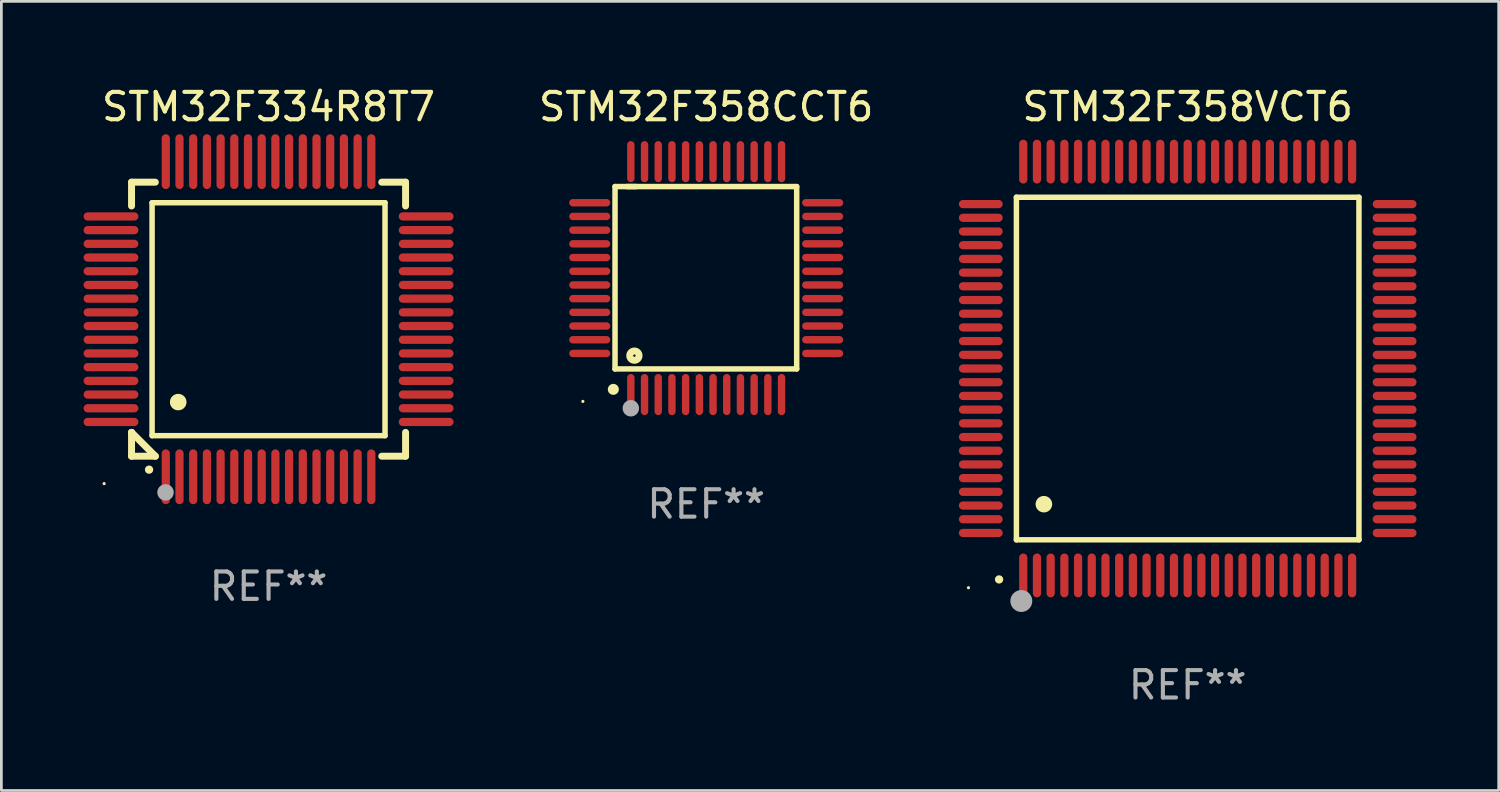
<source format=kicad_pcb>
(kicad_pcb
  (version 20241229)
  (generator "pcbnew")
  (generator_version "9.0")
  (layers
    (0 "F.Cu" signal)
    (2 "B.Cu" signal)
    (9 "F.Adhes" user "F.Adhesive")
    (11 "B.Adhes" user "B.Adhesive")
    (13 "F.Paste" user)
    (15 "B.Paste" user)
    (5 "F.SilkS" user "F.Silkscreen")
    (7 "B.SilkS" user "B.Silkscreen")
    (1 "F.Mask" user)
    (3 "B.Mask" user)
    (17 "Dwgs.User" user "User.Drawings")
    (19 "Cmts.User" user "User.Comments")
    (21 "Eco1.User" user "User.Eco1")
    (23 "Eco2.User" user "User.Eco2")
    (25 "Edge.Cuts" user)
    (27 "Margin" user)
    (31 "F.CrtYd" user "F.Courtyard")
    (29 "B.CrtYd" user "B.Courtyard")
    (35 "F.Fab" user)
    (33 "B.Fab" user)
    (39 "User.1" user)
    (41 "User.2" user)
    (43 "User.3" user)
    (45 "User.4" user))
  (footprint "STM32F334R8T7"
    (layer "F.Cu")
    (at 6.75 8.598)
    (property "Reference" "STM32F334R8T7" (at 0 -7.75 0) (layer "F.SilkS") (effects (font (size 1 1) (thickness 0.15))))
    (attr through_hole)
    (fp_line (start -5 -5) (end -4.131 -5) (stroke (width 0.254) (type solid)) (layer "F.SilkS"))
    (fp_line (start -5 -4.131) (end -5 -5) (stroke (width 0.254) (type solid)) (layer "F.SilkS"))
    (fp_line (start -5 4.131) (end -5 4.131) (stroke (width 0.254) (type solid)) (layer "F.SilkS"))
    (fp_line (start -5 5) (end -5 4.131) (stroke (width 0.254) (type solid)) (layer "F.SilkS"))
    (fp_line (start -5 4.131) (end -4.131 5) (stroke (width 0.254) (type solid)) (layer "F.SilkS"))
    (fp_line (start -4.25 -4.25) (end -4.25 4.25) (stroke (width 0.2) (type solid)) (layer "F.SilkS"))
    (fp_line (start -4.25 4.25) (end 4.25 4.25) (stroke (width 0.2) (type solid)) (layer "F.SilkS"))
    (fp_line (start -4.131 5) (end -5 5) (stroke (width 0.254) (type solid)) (layer "F.SilkS"))
    (fp_line (start 4.25 -4.25) (end -4.25 -4.25) (stroke (width 0.2) (type solid)) (layer "F.SilkS"))
    (fp_line (start 4.25 4.25) (end 4.25 -4.25) (stroke (width 0.2) (type solid)) (layer "F.SilkS"))
    (fp_line (start 5 -5) (end 4.131 -5) (stroke (width 0.254) (type solid)) (layer "F.SilkS"))
    (fp_line (start 5 -5) (end 5 -4.131) (stroke (width 0.254) (type solid)) (layer "F.SilkS"))
    (fp_line (start 5 4.131) (end 5 5) (stroke (width 0.254) (type solid)) (layer "F.SilkS"))
    (fp_line (start 5 5) (end 4.131 5) (stroke (width 0.254) (type solid)) (layer "F.SilkS"))
    (fp_arc (start -4.361265 5.489992) (mid -4.359995 5.489987) (end -4.358725 5.489992) (stroke (width 0.3) (type solid)) (layer "F.SilkS"))
    (fp_arc (start -3.299467 3.025146) (mid -3.296927 3.025135) (end -3.294387 3.025146) (stroke (width 0.6) (type solid)) (layer "F.SilkS"))
    (fp_circle (center -6 6) (end -5.97 6) (stroke (width 0.06) (type solid)) (fill no) (layer "F.SilkS"))
    (fp_circle (center -3.76 6.32) (end -3.61 6.32) (stroke (width 0.3) (type solid)) (fill no) (layer "F.Fab"))
    (fp_text user "REF**" (at 0 9.75 0) (layer "F.Fab") (effects (font (size 1 1) (thickness 0.15))))
    (pad "1" smd oval (at -3.75 5.75) (size 0.3 2) (layers "F.Cu" "F.Mask" "F.Paste"))
    (pad "2" smd oval (at -3.25 5.75) (size 0.3 2) (layers "F.Cu" "F.Mask" "F.Paste"))
    (pad "3" smd oval (at -2.75 5.75) (size 0.3 2) (layers "F.Cu" "F.Mask" "F.Paste"))
    (pad "4" smd oval (at -2.25 5.75) (size 0.3 2) (layers "F.Cu" "F.Mask" "F.Paste"))
    (pad "5" smd oval (at -1.75 5.75) (size 0.3 2) (layers "F.Cu" "F.Mask" "F.Paste"))
    (pad "6" smd oval (at -1.25 5.75) (size 0.3 2) (layers "F.Cu" "F.Mask" "F.Paste"))
    (pad "7" smd oval (at -0.75 5.75) (size 0.3 2) (layers "F.Cu" "F.Mask" "F.Paste"))
    (pad "8" smd oval (at -0.25 5.75) (size 0.3 2) (layers "F.Cu" "F.Mask" "F.Paste"))
    (pad "9" smd oval (at 0.25 5.75) (size 0.3 2) (layers "F.Cu" "F.Mask" "F.Paste"))
    (pad "10" smd oval (at 0.75 5.75) (size 0.3 2) (layers "F.Cu" "F.Mask" "F.Paste"))
    (pad "11" smd oval (at 1.25 5.75) (size 0.3 2) (layers "F.Cu" "F.Mask" "F.Paste"))
    (pad "12" smd oval (at 1.75 5.75) (size 0.3 2) (layers "F.Cu" "F.Mask" "F.Paste"))
    (pad "13" smd oval (at 2.25 5.75) (size 0.3 2) (layers "F.Cu" "F.Mask" "F.Paste"))
    (pad "14" smd oval (at 2.75 5.75) (size 0.3 2) (layers "F.Cu" "F.Mask" "F.Paste"))
    (pad "15" smd oval (at 3.25 5.75) (size 0.3 2) (layers "F.Cu" "F.Mask" "F.Paste"))
    (pad "16" smd oval (at 3.75 5.75) (size 0.3 2) (layers "F.Cu" "F.Mask" "F.Paste"))
    (pad "17" smd oval (at 5.75 3.75) (size 2 0.3) (layers "F.Cu" "F.Mask" "F.Paste"))
    (pad "18" smd oval (at 5.75 3.25) (size 2 0.3) (layers "F.Cu" "F.Mask" "F.Paste"))
    (pad "19" smd oval (at 5.75 2.75) (size 2 0.3) (layers "F.Cu" "F.Mask" "F.Paste"))
    (pad "20" smd oval (at 5.75 2.25) (size 2 0.3) (layers "F.Cu" "F.Mask" "F.Paste"))
    (pad "21" smd oval (at 5.75 1.75) (size 2 0.3) (layers "F.Cu" "F.Mask" "F.Paste"))
    (pad "22" smd oval (at 5.75 1.25) (size 2 0.3) (layers "F.Cu" "F.Mask" "F.Paste"))
    (pad "23" smd oval (at 5.75 0.75) (size 2 0.3) (layers "F.Cu" "F.Mask" "F.Paste"))
    (pad "24" smd oval (at 5.75 0.25) (size 2 0.3) (layers "F.Cu" "F.Mask" "F.Paste"))
    (pad "25" smd oval (at 5.75 -0.25) (size 2 0.3) (layers "F.Cu" "F.Mask" "F.Paste"))
    (pad "26" smd oval (at 5.75 -0.75) (size 2 0.3) (layers "F.Cu" "F.Mask" "F.Paste"))
    (pad "27" smd oval (at 5.75 -1.25) (size 2 0.3) (layers "F.Cu" "F.Mask" "F.Paste"))
    (pad "28" smd oval (at 5.75 -1.75) (size 2 0.3) (layers "F.Cu" "F.Mask" "F.Paste"))
    (pad "29" smd oval (at 5.75 -2.25) (size 2 0.3) (layers "F.Cu" "F.Mask" "F.Paste"))
    (pad "30" smd oval (at 5.75 -2.75) (size 2 0.3) (layers "F.Cu" "F.Mask" "F.Paste"))
    (pad "31" smd oval (at 5.75 -3.25) (size 2 0.3) (layers "F.Cu" "F.Mask" "F.Paste"))
    (pad "32" smd oval (at 5.75 -3.75) (size 2 0.3) (layers "F.Cu" "F.Mask" "F.Paste"))
    (pad "33" smd oval (at 3.75 -5.75) (size 0.3 2) (layers "F.Cu" "F.Mask" "F.Paste"))
    (pad "34" smd oval (at 3.25 -5.75) (size 0.3 2) (layers "F.Cu" "F.Mask" "F.Paste"))
    (pad "35" smd oval (at 2.75 -5.75) (size 0.3 2) (layers "F.Cu" "F.Mask" "F.Paste"))
    (pad "36" smd oval (at 2.25 -5.75) (size 0.3 2) (layers "F.Cu" "F.Mask" "F.Paste"))
    (pad "37" smd oval (at 1.75 -5.75) (size 0.3 2) (layers "F.Cu" "F.Mask" "F.Paste"))
    (pad "38" smd oval (at 1.25 -5.75) (size 0.3 2) (layers "F.Cu" "F.Mask" "F.Paste"))
    (pad "39" smd oval (at 0.75 -5.75) (size 0.3 2) (layers "F.Cu" "F.Mask" "F.Paste"))
    (pad "40" smd oval (at 0.25 -5.75) (size 0.3 2) (layers "F.Cu" "F.Mask" "F.Paste"))
    (pad "41" smd oval (at -0.25 -5.75) (size 0.3 2) (layers "F.Cu" "F.Mask" "F.Paste"))
    (pad "42" smd oval (at -0.75 -5.75) (size 0.3 2) (layers "F.Cu" "F.Mask" "F.Paste"))
    (pad "43" smd oval (at -1.25 -5.75) (size 0.3 2) (layers "F.Cu" "F.Mask" "F.Paste"))
    (pad "44" smd oval (at -1.75 -5.75) (size 0.3 2) (layers "F.Cu" "F.Mask" "F.Paste"))
    (pad "45" smd oval (at -2.25 -5.75) (size 0.3 2) (layers "F.Cu" "F.Mask" "F.Paste"))
    (pad "46" smd oval (at -2.75 -5.75) (size 0.3 2) (layers "F.Cu" "F.Mask" "F.Paste"))
    (pad "47" smd oval (at -3.25 -5.75) (size 0.3 2) (layers "F.Cu" "F.Mask" "F.Paste"))
    (pad "48" smd oval (at -3.75 -5.75) (size 0.3 2) (layers "F.Cu" "F.Mask" "F.Paste"))
    (pad "49" smd oval (at -5.75 -3.75) (size 2 0.3) (layers "F.Cu" "F.Mask" "F.Paste"))
    (pad "50" smd oval (at -5.75 -3.25) (size 2 0.3) (layers "F.Cu" "F.Mask" "F.Paste"))
    (pad "51" smd oval (at -5.75 -2.75) (size 2 0.3) (layers "F.Cu" "F.Mask" "F.Paste"))
    (pad "52" smd oval (at -5.75 -2.25) (size 2 0.3) (layers "F.Cu" "F.Mask" "F.Paste"))
    (pad "53" smd oval (at -5.75 -1.75) (size 2 0.3) (layers "F.Cu" "F.Mask" "F.Paste"))
    (pad "54" smd oval (at -5.75 -1.25) (size 2 0.3) (layers "F.Cu" "F.Mask" "F.Paste"))
    (pad "55" smd oval (at -5.75 -0.75) (size 2 0.3) (layers "F.Cu" "F.Mask" "F.Paste"))
    (pad "56" smd oval (at -5.75 -0.25) (size 2 0.3) (layers "F.Cu" "F.Mask" "F.Paste"))
    (pad "57" smd oval (at -5.75 0.25) (size 2 0.3) (layers "F.Cu" "F.Mask" "F.Paste"))
    (pad "58" smd oval (at -5.75 0.75) (size 2 0.3) (layers "F.Cu" "F.Mask" "F.Paste"))
    (pad "59" smd oval (at -5.75 1.25) (size 2 0.3) (layers "F.Cu" "F.Mask" "F.Paste"))
    (pad "60" smd oval (at -5.75 1.75) (size 2 0.3) (layers "F.Cu" "F.Mask" "F.Paste"))
    (pad "61" smd oval (at -5.75 2.25) (size 2 0.3) (layers "F.Cu" "F.Mask" "F.Paste"))
    (pad "62" smd oval (at -5.75 2.75) (size 2 0.3) (layers "F.Cu" "F.Mask" "F.Paste"))
    (pad "63" smd oval (at -5.75 3.25) (size 2 0.3) (layers "F.Cu" "F.Mask" "F.Paste"))
    (pad "64" smd oval (at -5.75 3.75) (size 2 0.3) (layers "F.Cu" "F.Mask" "F.Paste")))
  (footprint "STM32F358VCT6"
    (layer "F.Cu")
    (at 40.29 10.398)
    (property "Reference" "STM32F358VCT6" (at 0 -9.55 0) (layer "F.SilkS") (effects (font (size 1 1) (thickness 0.15))))
    (attr through_hole)
    (fp_line (start -6.25 -6.25) (end -6.25 6.25) (stroke (width 0.2) (type solid)) (layer "F.SilkS"))
    (fp_line (start -6.25 6.25) (end 6.25 6.25) (stroke (width 0.2) (type solid)) (layer "F.SilkS"))
    (fp_line (start 6.25 -6.25) (end -6.25 -6.25) (stroke (width 0.2) (type solid)) (layer "F.SilkS"))
    (fp_line (start 6.25 6.25) (end 6.25 -6.25) (stroke (width 0.2) (type solid)) (layer "F.SilkS"))
    (fp_arc (start -6.883414 7.696215) (mid -6.882144 7.69621) (end -6.880874 7.696215) (stroke (width 0.3) (type solid)) (layer "F.SilkS"))
    (fp_arc (start -5.250191 4.95047) (mid -5.247651 4.950459) (end -5.245111 4.95047) (stroke (width 0.6) (type solid)) (layer "F.SilkS"))
    (fp_circle (center -8 8) (end -7.97 8) (stroke (width 0.06) (type solid)) (fill no) (layer "F.SilkS"))
    (fp_circle (center -6.071 8.484) (end -5.871 8.484) (stroke (width 0.4) (type solid)) (fill no) (layer "F.Fab"))
    (fp_text user "REF**" (at 0 11.55 0) (layer "F.Fab") (effects (font (size 1 1) (thickness 0.15))))
    (pad "1" smd oval (at -6 7.55) (size 0.3 1.6) (layers "F.Cu" "F.Mask" "F.Paste"))
    (pad "2" smd oval (at -5.5 7.55) (size 0.3 1.6) (layers "F.Cu" "F.Mask" "F.Paste"))
    (pad "3" smd oval (at -5 7.55) (size 0.3 1.6) (layers "F.Cu" "F.Mask" "F.Paste"))
    (pad "4" smd oval (at -4.5 7.55) (size 0.3 1.6) (layers "F.Cu" "F.Mask" "F.Paste"))
    (pad "5" smd oval (at -4 7.55) (size 0.3 1.6) (layers "F.Cu" "F.Mask" "F.Paste"))
    (pad "6" smd oval (at -3.5 7.55) (size 0.3 1.6) (layers "F.Cu" "F.Mask" "F.Paste"))
    (pad "7" smd oval (at -3 7.55) (size 0.3 1.6) (layers "F.Cu" "F.Mask" "F.Paste"))
    (pad "8" smd oval (at -2.5 7.55) (size 0.3 1.6) (layers "F.Cu" "F.Mask" "F.Paste"))
    (pad "9" smd oval (at -2 7.55) (size 0.3 1.6) (layers "F.Cu" "F.Mask" "F.Paste"))
    (pad "10" smd oval (at -1.5 7.55) (size 0.3 1.6) (layers "F.Cu" "F.Mask" "F.Paste"))
    (pad "11" smd oval (at -1 7.55) (size 0.3 1.6) (layers "F.Cu" "F.Mask" "F.Paste"))
    (pad "12" smd oval (at -0.5 7.55) (size 0.3 1.6) (layers "F.Cu" "F.Mask" "F.Paste"))
    (pad "13" smd oval (at 0 7.55) (size 0.3 1.6) (layers "F.Cu" "F.Mask" "F.Paste"))
    (pad "14" smd oval (at 0.5 7.55) (size 0.3 1.6) (layers "F.Cu" "F.Mask" "F.Paste"))
    (pad "15" smd oval (at 1 7.55) (size 0.3 1.6) (layers "F.Cu" "F.Mask" "F.Paste"))
    (pad "16" smd oval (at 1.5 7.55) (size 0.3 1.6) (layers "F.Cu" "F.Mask" "F.Paste"))
    (pad "17" smd oval (at 2 7.55) (size 0.3 1.6) (layers "F.Cu" "F.Mask" "F.Paste"))
    (pad "18" smd oval (at 2.5 7.55) (size 0.3 1.6) (layers "F.Cu" "F.Mask" "F.Paste"))
    (pad "19" smd oval (at 3 7.55) (size 0.3 1.6) (layers "F.Cu" "F.Mask" "F.Paste"))
    (pad "20" smd oval (at 3.5 7.55) (size 0.3 1.6) (layers "F.Cu" "F.Mask" "F.Paste"))
    (pad "21" smd oval (at 4 7.55) (size 0.3 1.6) (layers "F.Cu" "F.Mask" "F.Paste"))
    (pad "22" smd oval (at 4.5 7.55) (size 0.3 1.6) (layers "F.Cu" "F.Mask" "F.Paste"))
    (pad "23" smd oval (at 5 7.55) (size 0.3 1.6) (layers "F.Cu" "F.Mask" "F.Paste"))
    (pad "24" smd oval (at 5.5 7.55) (size 0.3 1.6) (layers "F.Cu" "F.Mask" "F.Paste"))
    (pad "25" smd oval (at 6 7.55) (size 0.3 1.6) (layers "F.Cu" "F.Mask" "F.Paste"))
    (pad "26" smd oval (at 7.55 6) (size 1.6 0.3) (layers "F.Cu" "F.Mask" "F.Paste"))
    (pad "27" smd oval (at 7.55 5.5) (size 1.6 0.3) (layers "F.Cu" "F.Mask" "F.Paste"))
    (pad "28" smd oval (at 7.55 5) (size 1.6 0.3) (layers "F.Cu" "F.Mask" "F.Paste"))
    (pad "29" smd oval (at 7.55 4.5) (size 1.6 0.3) (layers "F.Cu" "F.Mask" "F.Paste"))
    (pad "30" smd oval (at 7.55 4) (size 1.6 0.3) (layers "F.Cu" "F.Mask" "F.Paste"))
    (pad "31" smd oval (at 7.55 3.5) (size 1.6 0.3) (layers "F.Cu" "F.Mask" "F.Paste"))
    (pad "32" smd oval (at 7.55 3) (size 1.6 0.3) (layers "F.Cu" "F.Mask" "F.Paste"))
    (pad "33" smd oval (at 7.55 2.5) (size 1.6 0.3) (layers "F.Cu" "F.Mask" "F.Paste"))
    (pad "34" smd oval (at 7.55 2) (size 1.6 0.3) (layers "F.Cu" "F.Mask" "F.Paste"))
    (pad "35" smd oval (at 7.55 1.5) (size 1.6 0.3) (layers "F.Cu" "F.Mask" "F.Paste"))
    (pad "36" smd oval (at 7.55 1) (size 1.6 0.3) (layers "F.Cu" "F.Mask" "F.Paste"))
    (pad "37" smd oval (at 7.55 0.5) (size 1.6 0.3) (layers "F.Cu" "F.Mask" "F.Paste"))
    (pad "38" smd oval (at 7.55 0) (size 1.6 0.3) (layers "F.Cu" "F.Mask" "F.Paste"))
    (pad "39" smd oval (at 7.55 -0.5) (size 1.6 0.3) (layers "F.Cu" "F.Mask" "F.Paste"))
    (pad "40" smd oval (at 7.55 -1) (size 1.6 0.3) (layers "F.Cu" "F.Mask" "F.Paste"))
    (pad "41" smd oval (at 7.55 -1.5) (size 1.6 0.3) (layers "F.Cu" "F.Mask" "F.Paste"))
    (pad "42" smd oval (at 7.55 -2) (size 1.6 0.3) (layers "F.Cu" "F.Mask" "F.Paste"))
    (pad "43" smd oval (at 7.55 -2.5) (size 1.6 0.3) (layers "F.Cu" "F.Mask" "F.Paste"))
    (pad "44" smd oval (at 7.55 -3) (size 1.6 0.3) (layers "F.Cu" "F.Mask" "F.Paste"))
    (pad "45" smd oval (at 7.55 -3.5) (size 1.6 0.3) (layers "F.Cu" "F.Mask" "F.Paste"))
    (pad "46" smd oval (at 7.55 -4) (size 1.6 0.3) (layers "F.Cu" "F.Mask" "F.Paste"))
    (pad "47" smd oval (at 7.55 -4.5) (size 1.6 0.3) (layers "F.Cu" "F.Mask" "F.Paste"))
    (pad "48" smd oval (at 7.55 -5) (size 1.6 0.3) (layers "F.Cu" "F.Mask" "F.Paste"))
    (pad "49" smd oval (at 7.55 -5.5) (size 1.6 0.3) (layers "F.Cu" "F.Mask" "F.Paste"))
    (pad "50" smd oval (at 7.55 -6) (size 1.6 0.3) (layers "F.Cu" "F.Mask" "F.Paste"))
    (pad "51" smd oval (at 6 -7.55) (size 0.3 1.6) (layers "F.Cu" "F.Mask" "F.Paste"))
    (pad "52" smd oval (at 5.5 -7.55) (size 0.3 1.6) (layers "F.Cu" "F.Mask" "F.Paste"))
    (pad "53" smd oval (at 5 -7.55) (size 0.3 1.6) (layers "F.Cu" "F.Mask" "F.Paste"))
    (pad "54" smd oval (at 4.5 -7.55) (size 0.3 1.6) (layers "F.Cu" "F.Mask" "F.Paste"))
    (pad "55" smd oval (at 4 -7.55) (size 0.3 1.6) (layers "F.Cu" "F.Mask" "F.Paste"))
    (pad "56" smd oval (at 3.5 -7.55) (size 0.3 1.6) (layers "F.Cu" "F.Mask" "F.Paste"))
    (pad "57" smd oval (at 3 -7.55) (size 0.3 1.6) (layers "F.Cu" "F.Mask" "F.Paste"))
    (pad "58" smd oval (at 2.5 -7.55) (size 0.3 1.6) (layers "F.Cu" "F.Mask" "F.Paste"))
    (pad "59" smd oval (at 2 -7.55) (size 0.3 1.6) (layers "F.Cu" "F.Mask" "F.Paste"))
    (pad "60" smd oval (at 1.5 -7.55) (size 0.3 1.6) (layers "F.Cu" "F.Mask" "F.Paste"))
    (pad "61" smd oval (at 1 -7.55) (size 0.3 1.6) (layers "F.Cu" "F.Mask" "F.Paste"))
    (pad "62" smd oval (at 0.5 -7.55) (size 0.3 1.6) (layers "F.Cu" "F.Mask" "F.Paste"))
    (pad "63" smd oval (at 0 -7.55) (size 0.3 1.6) (layers "F.Cu" "F.Mask" "F.Paste"))
    (pad "64" smd oval (at -0.5 -7.55) (size 0.3 1.6) (layers "F.Cu" "F.Mask" "F.Paste"))
    (pad "65" smd oval (at -1 -7.55) (size 0.3 1.6) (layers "F.Cu" "F.Mask" "F.Paste"))
    (pad "66" smd oval (at -1.5 -7.55) (size 0.3 1.6) (layers "F.Cu" "F.Mask" "F.Paste"))
    (pad "67" smd oval (at -2 -7.55) (size 0.3 1.6) (layers "F.Cu" "F.Mask" "F.Paste"))
    (pad "68" smd oval (at -2.5 -7.55) (size 0.3 1.6) (layers "F.Cu" "F.Mask" "F.Paste"))
    (pad "69" smd oval (at -3 -7.55) (size 0.3 1.6) (layers "F.Cu" "F.Mask" "F.Paste"))
    (pad "70" smd oval (at -3.5 -7.55) (size 0.3 1.6) (layers "F.Cu" "F.Mask" "F.Paste"))
    (pad "71" smd oval (at -4 -7.55) (size 0.3 1.6) (layers "F.Cu" "F.Mask" "F.Paste"))
    (pad "72" smd oval (at -4.5 -7.55) (size 0.3 1.6) (layers "F.Cu" "F.Mask" "F.Paste"))
    (pad "73" smd oval (at -5 -7.55) (size 0.3 1.6) (layers "F.Cu" "F.Mask" "F.Paste"))
    (pad "74" smd oval (at -5.5 -7.55) (size 0.3 1.6) (layers "F.Cu" "F.Mask" "F.Paste"))
    (pad "75" smd oval (at -6 -7.55) (size 0.3 1.6) (layers "F.Cu" "F.Mask" "F.Paste"))
    (pad "76" smd oval (at -7.55 -6) (size 1.6 0.3) (layers "F.Cu" "F.Mask" "F.Paste"))
    (pad "77" smd oval (at -7.55 -5.5) (size 1.6 0.3) (layers "F.Cu" "F.Mask" "F.Paste"))
    (pad "78" smd oval (at -7.55 -5) (size 1.6 0.3) (layers "F.Cu" "F.Mask" "F.Paste"))
    (pad "79" smd oval (at -7.55 -4.5) (size 1.6 0.3) (layers "F.Cu" "F.Mask" "F.Paste"))
    (pad "80" smd oval (at -7.55 -4) (size 1.6 0.3) (layers "F.Cu" "F.Mask" "F.Paste"))
    (pad "81" smd oval (at -7.55 -3.5) (size 1.6 0.3) (layers "F.Cu" "F.Mask" "F.Paste"))
    (pad "82" smd oval (at -7.55 -3) (size 1.6 0.3) (layers "F.Cu" "F.Mask" "F.Paste"))
    (pad "83" smd oval (at -7.55 -2.5) (size 1.6 0.3) (layers "F.Cu" "F.Mask" "F.Paste"))
    (pad "84" smd oval (at -7.55 -2) (size 1.6 0.3) (layers "F.Cu" "F.Mask" "F.Paste"))
    (pad "85" smd oval (at -7.55 -1.5) (size 1.6 0.3) (layers "F.Cu" "F.Mask" "F.Paste"))
    (pad "86" smd oval (at -7.55 -1) (size 1.6 0.3) (layers "F.Cu" "F.Mask" "F.Paste"))
    (pad "87" smd oval (at -7.55 -0.5) (size 1.6 0.3) (layers "F.Cu" "F.Mask" "F.Paste"))
    (pad "88" smd oval (at -7.55 0) (size 1.6 0.3) (layers "F.Cu" "F.Mask" "F.Paste"))
    (pad "89" smd oval (at -7.55 0.5) (size 1.6 0.3) (layers "F.Cu" "F.Mask" "F.Paste"))
    (pad "90" smd oval (at -7.55 1) (size 1.6 0.3) (layers "F.Cu" "F.Mask" "F.Paste"))
    (pad "91" smd oval (at -7.55 1.5) (size 1.6 0.3) (layers "F.Cu" "F.Mask" "F.Paste"))
    (pad "92" smd oval (at -7.55 2) (size 1.6 0.3) (layers "F.Cu" "F.Mask" "F.Paste"))
    (pad "93" smd oval (at -7.55 2.5) (size 1.6 0.3) (layers "F.Cu" "F.Mask" "F.Paste"))
    (pad "94" smd oval (at -7.55 3) (size 1.6 0.3) (layers "F.Cu" "F.Mask" "F.Paste"))
    (pad "95" smd oval (at -7.55 3.5) (size 1.6 0.3) (layers "F.Cu" "F.Mask" "F.Paste"))
    (pad "96" smd oval (at -7.55 4) (size 1.6 0.3) (layers "F.Cu" "F.Mask" "F.Paste"))
    (pad "97" smd oval (at -7.55 4.5) (size 1.6 0.3) (layers "F.Cu" "F.Mask" "F.Paste"))
    (pad "98" smd oval (at -7.55 5) (size 1.6 0.3) (layers "F.Cu" "F.Mask" "F.Paste"))
    (pad "99" smd oval (at -7.55 5.5) (size 1.6 0.3) (layers "F.Cu" "F.Mask" "F.Paste"))
    (pad "100" smd oval (at -7.55 6) (size 1.6 0.3) (layers "F.Cu" "F.Mask" "F.Paste")))
  (footprint "STM32F358CCT6"
    (layer "F.Cu")
    (at 22.72 7.098)
    (property "Reference" "STM32F358CCT6" (at 0 -6.25 0) (layer "F.SilkS") (effects (font (size 1 1) (thickness 0.15))))
    (attr through_hole)
    (fp_line (start -3.327 -3.34) (end -2.565 -3.34) (stroke (width 0.2) (type solid)) (layer "F.SilkS"))
    (fp_line (start -3.327 3.315) (end -3.327 -3.34) (stroke (width 0.2) (type solid)) (layer "F.SilkS"))
    (fp_line (start -2.896 -3.34) (end 3.302 -3.34) (stroke (width 0.2) (type solid)) (layer "F.SilkS"))
    (fp_line (start 3.302 -3.34) (end 3.302 3.315) (stroke (width 0.2) (type solid)) (layer "F.SilkS"))
    (fp_line (start 3.302 3.315) (end -3.327 3.315) (stroke (width 0.2) (type solid)) (layer "F.SilkS"))
    (fp_arc (start -3.389992 4.059995) (mid -3.388722 4.059991) (end -3.387452 4.059995) (stroke (width 0.4) (type solid)) (layer "F.SilkS"))
    (fp_circle (center -4.5 4.5) (end -4.47 4.5) (stroke (width 0.06) (type solid)) (fill no) (layer "F.SilkS"))
    (fp_circle (center -2.62 2.83) (end -2.45 2.83) (stroke (width 0.254) (type solid)) (fill no) (layer "F.SilkS"))
    (fp_circle (center -2.75 4.75) (end -2.6 4.75) (stroke (width 0.3) (type solid)) (fill no) (layer "F.Fab"))
    (fp_text user "REF**" (at 0 8.25 0) (layer "F.Fab") (effects (font (size 1 1) (thickness 0.15))))
    (pad "1" smd oval (at -2.75 4.25) (size 0.27 1.5) (layers "F.Cu" "F.Mask" "F.Paste"))
    (pad "2" smd oval (at -2.25 4.25) (size 0.27 1.5) (layers "F.Cu" "F.Mask" "F.Paste"))
    (pad "3" smd oval (at -1.75 4.25) (size 0.27 1.5) (layers "F.Cu" "F.Mask" "F.Paste"))
    (pad "4" smd oval (at -1.25 4.25) (size 0.27 1.5) (layers "F.Cu" "F.Mask" "F.Paste"))
    (pad "5" smd oval (at -0.75 4.25) (size 0.27 1.5) (layers "F.Cu" "F.Mask" "F.Paste"))
    (pad "6" smd oval (at -0.25 4.25) (size 0.27 1.5) (layers "F.Cu" "F.Mask" "F.Paste"))
    (pad "7" smd oval (at 0.25 4.25) (size 0.27 1.5) (layers "F.Cu" "F.Mask" "F.Paste"))
    (pad "8" smd oval (at 0.75 4.25) (size 0.27 1.5) (layers "F.Cu" "F.Mask" "F.Paste"))
    (pad "9" smd oval (at 1.25 4.25) (size 0.27 1.5) (layers "F.Cu" "F.Mask" "F.Paste"))
    (pad "10" smd oval (at 1.75 4.25) (size 0.27 1.5) (layers "F.Cu" "F.Mask" "F.Paste"))
    (pad "11" smd oval (at 2.25 4.25) (size 0.27 1.5) (layers "F.Cu" "F.Mask" "F.Paste"))
    (pad "12" smd oval (at 2.75 4.25) (size 0.27 1.5) (layers "F.Cu" "F.Mask" "F.Paste"))
    (pad "13" smd oval (at 4.25 2.75) (size 1.5 0.27) (layers "F.Cu" "F.Mask" "F.Paste"))
    (pad "14" smd oval (at 4.25 2.25) (size 1.5 0.27) (layers "F.Cu" "F.Mask" "F.Paste"))
    (pad "15" smd oval (at 4.25 1.75) (size 1.5 0.27) (layers "F.Cu" "F.Mask" "F.Paste"))
    (pad "16" smd oval (at 4.25 1.25) (size 1.5 0.27) (layers "F.Cu" "F.Mask" "F.Paste"))
    (pad "17" smd oval (at 4.25 0.75) (size 1.5 0.27) (layers "F.Cu" "F.Mask" "F.Paste"))
    (pad "18" smd oval (at 4.25 0.25) (size 1.5 0.27) (layers "F.Cu" "F.Mask" "F.Paste"))
    (pad "19" smd oval (at 4.25 -0.25) (size 1.5 0.27) (layers "F.Cu" "F.Mask" "F.Paste"))
    (pad "20" smd oval (at 4.25 -0.75) (size 1.5 0.27) (layers "F.Cu" "F.Mask" "F.Paste"))
    (pad "21" smd oval (at 4.25 -1.25) (size 1.5 0.27) (layers "F.Cu" "F.Mask" "F.Paste"))
    (pad "22" smd oval (at 4.25 -1.75) (size 1.5 0.27) (layers "F.Cu" "F.Mask" "F.Paste"))
    (pad "23" smd oval (at 4.25 -2.25) (size 1.5 0.27) (layers "F.Cu" "F.Mask" "F.Paste"))
    (pad "24" smd oval (at 4.25 -2.75) (size 1.5 0.27) (layers "F.Cu" "F.Mask" "F.Paste"))
    (pad "25" smd oval (at 2.75 -4.25) (size 0.27 1.5) (layers "F.Cu" "F.Mask" "F.Paste"))
    (pad "26" smd oval (at 2.25 -4.25) (size 0.27 1.5) (layers "F.Cu" "F.Mask" "F.Paste"))
    (pad "27" smd oval (at 1.75 -4.25) (size 0.27 1.5) (layers "F.Cu" "F.Mask" "F.Paste"))
    (pad "28" smd oval (at 1.25 -4.25) (size 0.27 1.5) (layers "F.Cu" "F.Mask" "F.Paste"))
    (pad "29" smd oval (at 0.75 -4.25) (size 0.27 1.5) (layers "F.Cu" "F.Mask" "F.Paste"))
    (pad "30" smd oval (at 0.25 -4.25) (size 0.27 1.5) (layers "F.Cu" "F.Mask" "F.Paste"))
    (pad "31" smd oval (at -0.25 -4.25) (size 0.27 1.5) (layers "F.Cu" "F.Mask" "F.Paste"))
    (pad "32" smd oval (at -0.75 -4.25) (size 0.27 1.5) (layers "F.Cu" "F.Mask" "F.Paste"))
    (pad "33" smd oval (at -1.25 -4.25) (size 0.27 1.5) (layers "F.Cu" "F.Mask" "F.Paste"))
    (pad "34" smd oval (at -1.75 -4.25) (size 0.27 1.5) (layers "F.Cu" "F.Mask" "F.Paste"))
    (pad "35" smd oval (at -2.25 -4.25) (size 0.27 1.5) (layers "F.Cu" "F.Mask" "F.Paste"))
    (pad "36" smd oval (at -2.75 -4.25) (size 0.27 1.5) (layers "F.Cu" "F.Mask" "F.Paste"))
    (pad "37" smd oval (at -4.25 -2.75) (size 1.5 0.27) (layers "F.Cu" "F.Mask" "F.Paste"))
    (pad "38" smd oval (at -4.25 -2.25) (size 1.5 0.27) (layers "F.Cu" "F.Mask" "F.Paste"))
    (pad "39" smd oval (at -4.25 -1.75) (size 1.5 0.27) (layers "F.Cu" "F.Mask" "F.Paste"))
    (pad "40" smd oval (at -4.25 -1.25) (size 1.5 0.27) (layers "F.Cu" "F.Mask" "F.Paste"))
    (pad "41" smd oval (at -4.25 -0.75) (size 1.5 0.27) (layers "F.Cu" "F.Mask" "F.Paste"))
    (pad "42" smd oval (at -4.25 -0.25) (size 1.5 0.27) (layers "F.Cu" "F.Mask" "F.Paste"))
    (pad "43" smd oval (at -4.25 0.25) (size 1.5 0.27) (layers "F.Cu" "F.Mask" "F.Paste"))
    (pad "44" smd oval (at -4.25 0.75) (size 1.5 0.27) (layers "F.Cu" "F.Mask" "F.Paste"))
    (pad "45" smd oval (at -4.25 1.25) (size 1.5 0.27) (layers "F.Cu" "F.Mask" "F.Paste"))
    (pad "46" smd oval (at -4.25 1.75) (size 1.5 0.27) (layers "F.Cu" "F.Mask" "F.Paste"))
    (pad "47" smd oval (at -4.25 2.25) (size 1.5 0.27) (layers "F.Cu" "F.Mask" "F.Paste"))
    (pad "48" smd oval (at -4.25 2.75) (size 1.5 0.27) (layers "F.Cu" "F.Mask" "F.Paste")))
  (gr_rect
    (start -3 -3)
    (end 51.64 25.796)
    (stroke (width 0.1) (type default))
    (fill no)
    (layer "Edge.Cuts")))
</source>
